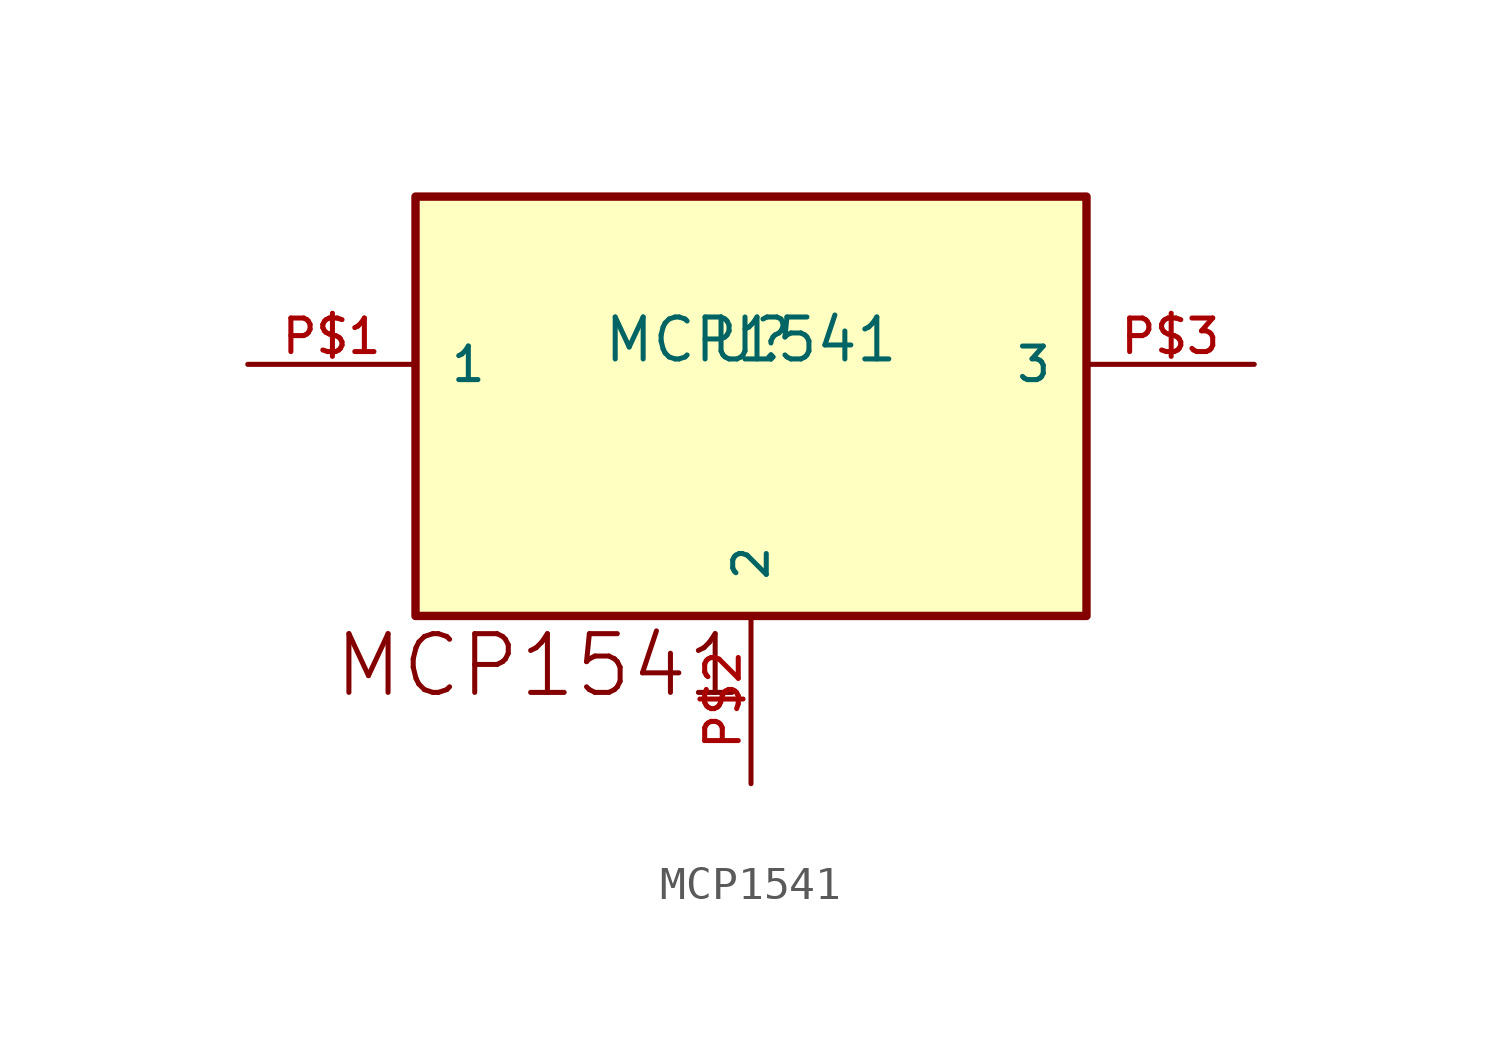
<source format=kicad_sym>
(kicad_symbol_lib
  (version 20211014)
  (generator kicad_symbol_editor)
  (symbol "MCP1541"
    (pin_names
      (offset 1.016))
    (property "Reference" "U"
      (at 0 0 0)
      (effects (font (size 1.27 1.27)) (justify bottom)))
    (property "Value" "MCP1541"
      (at 0 0.0 0)
      (effects (font (size 1.27 1.27)) (justify bottom)))
    (symbol "MCP1541_0_0"
      (text "MCP1541" (at -12.7 -10.16 0) (effects (font (size 1.778 1.778)) (justify bottom left)))
      (rectangle (start -10.16 -7.62) (end 10.16 5.08) (stroke (width 0.254)) (fill (type background)))
      (pin bidirectional line (at -15.24 0.0 0) (length 5.08) (name "1" (effects (font (size 1.016 1.016)))) (number "P$1" (effects (font (size 1.016 1.016)))))
      (pin bidirectional line (at 0.0 -12.7 90.0) (length 5.08) (name "2" (effects (font (size 1.016 1.016)))) (number "P$2" (effects (font (size 1.016 1.016)))))
      (pin bidirectional line (at 15.24 0.0 180.0) (length 5.08) (name "3" (effects (font (size 1.016 1.016)))) (number "P$3" (effects (font (size 1.016 1.016))))))))
</source>
